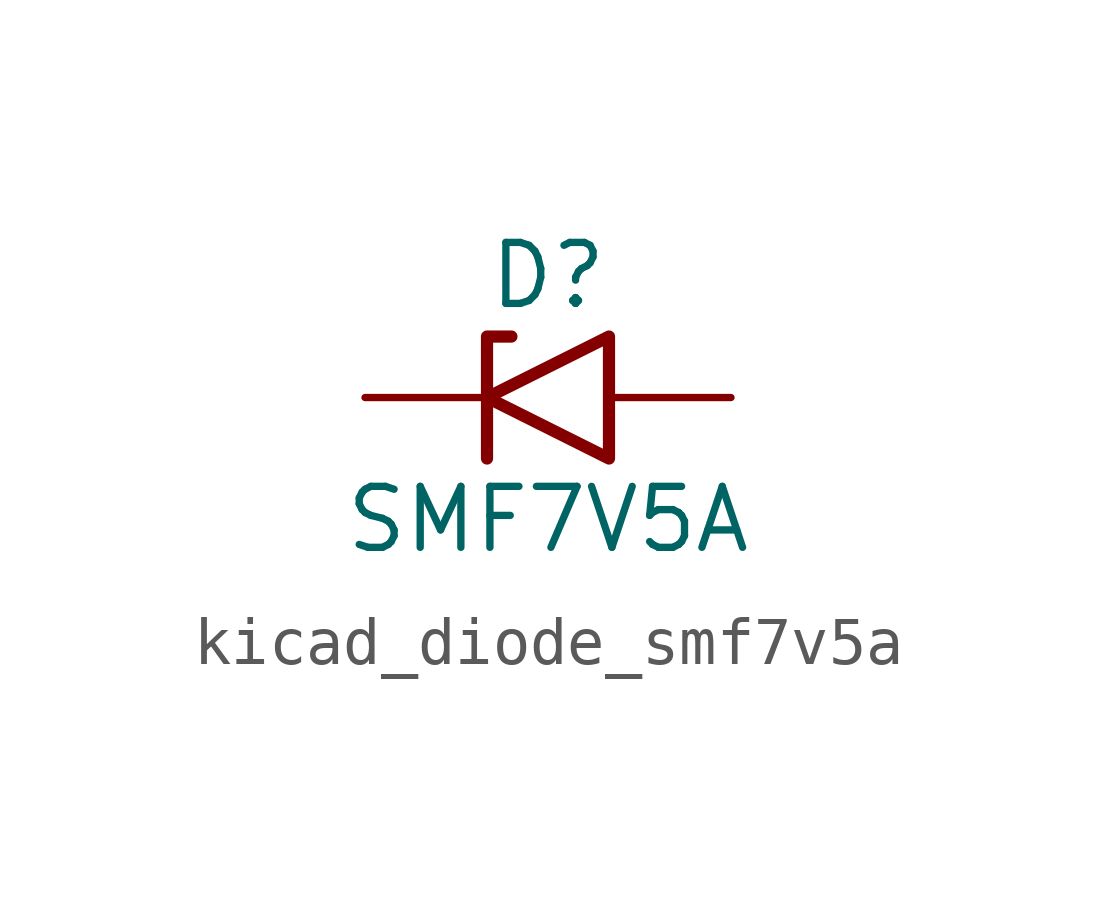
<source format=kicad_sym>
(kicad_symbol_lib
  (version 20220914)
  (generator kicad_symbol_editor)
  (symbol "kicad_diode_smf7v5a"
    (pin_numbers hide)
    (pin_names
      (offset 1.016) hide)
    (property "Reference" "D"
      (at 0 2.54 0)
      (effects (font (size 1.27 1.27))))
    (property "Value" "SMF7V5A"
      (at 0 -2.54 0)
      (effects (font (size 1.27 1.27))))
    (symbol "kicad_diode_smf7v5a_0_1"
      (polyline (pts (xy -0.762 1.27) (xy -1.27 1.27) (xy -1.27 -1.27)) (stroke (width 0.254) (type default)) (fill (type none)))
      (polyline (pts (xy 1.27 1.27) (xy 1.27 -1.27) (xy -1.27 0) (xy 1.27 1.27)) (stroke (width 0.254) (type default)) (fill (type none))))
    (symbol "kicad_diode_smf7v5a_1_1"
      (pin passive line (at -3.81 0 0) (length 2.54) (name "A1" (effects (font (size 1.27 1.27)))) (number "1" (effects (font (size 1.27 1.27)))))
      (pin passive line (at 3.81 0 180) (length 2.54) (name "A2" (effects (font (size 1.27 1.27)))) (number "2" (effects (font (size 1.27 1.27))))))))
</source>
